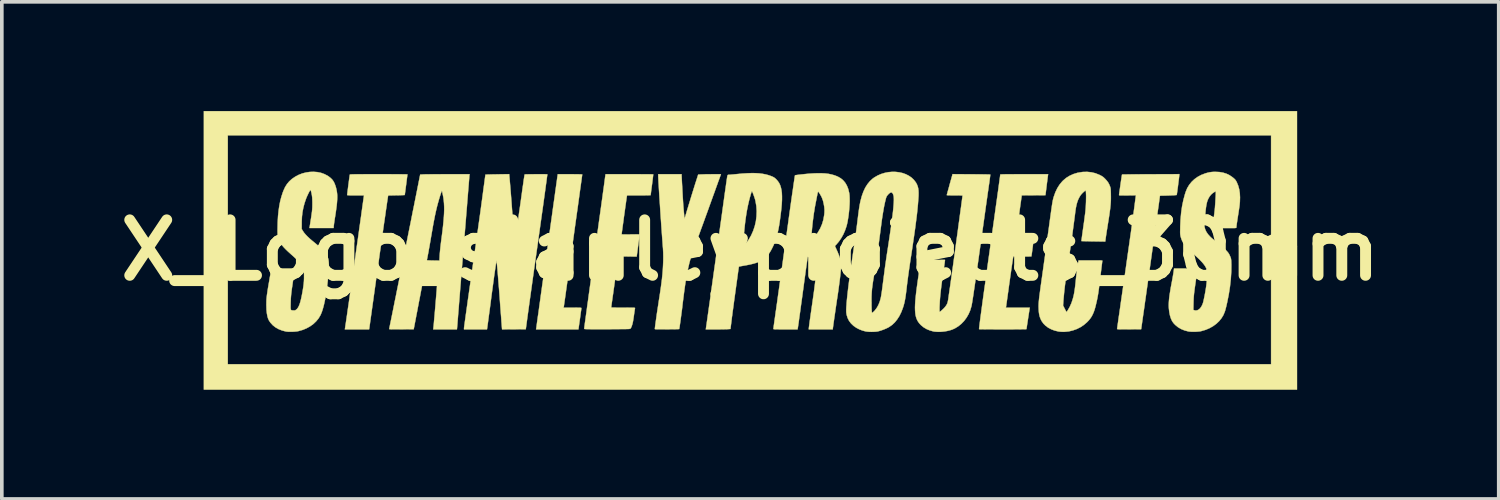
<source format=kicad_pcb>
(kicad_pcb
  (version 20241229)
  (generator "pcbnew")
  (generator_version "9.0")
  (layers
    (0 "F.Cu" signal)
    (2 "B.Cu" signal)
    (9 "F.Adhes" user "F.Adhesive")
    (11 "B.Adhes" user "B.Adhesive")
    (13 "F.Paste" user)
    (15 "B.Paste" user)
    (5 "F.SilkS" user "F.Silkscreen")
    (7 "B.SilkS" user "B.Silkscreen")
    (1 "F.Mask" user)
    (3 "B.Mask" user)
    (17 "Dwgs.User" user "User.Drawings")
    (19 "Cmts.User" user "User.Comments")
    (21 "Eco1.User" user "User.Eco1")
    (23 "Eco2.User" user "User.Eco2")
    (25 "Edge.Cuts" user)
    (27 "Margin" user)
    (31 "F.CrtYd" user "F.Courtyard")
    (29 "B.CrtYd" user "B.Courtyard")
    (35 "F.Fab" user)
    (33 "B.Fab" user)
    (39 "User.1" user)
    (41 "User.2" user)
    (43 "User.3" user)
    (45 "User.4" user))
  (footprint "X_Logo_stanleyprojects_30mm"
    (layer "F.Cu")
    (at 17.57 3.827)
    (property "Reference" "X_Logo_stanleyprojects_30mm" (at 0 0 0) (layer "F.SilkS") (effects (font (size 1.524 1.524) (thickness 0.3))))
    (attr through_hole)
    (fp_poly (pts (xy 15.025 3.83) (xy -15.017 3.83) (xy -15.017 -3.157) (xy -14.36 -3.157) (xy -14.36 3.133) (xy 14.313 3.133) (xy 14.313 -3.157) (xy -14.36 -3.157) (xy -15.017 -3.157) (xy -15.017 -3.822) (xy 15.025 -3.822) (xy 15.025 3.83)) (stroke (width 0.01) (type solid)) (fill yes) (layer "F.SilkS"))
    (fp_poly (pts (xy -4.872 -2.089) (xy -4.8 -2.088) (xy -4.738 -2.088) (xy -4.688 -2.086) (xy -4.651 -2.085) (xy -4.628 -2.084) (xy -4.619 -2.082) (xy -4.619 -2.082) (xy -4.619 -2.079) (xy -4.62 -2.071) (xy -4.622 -2.058) (xy -4.624 -2.039) (xy -4.628 -2.015) (xy -4.632 -1.984) (xy -4.637 -1.946) (xy -4.643 -1.901) (xy -4.651 -1.848) (xy -4.659 -1.787) (xy -4.669 -1.718) (xy -4.68 -1.64) (xy -4.692 -1.553) (xy -4.705 -1.456) (xy -4.72 -1.349) (xy -4.736 -1.231) (xy -4.754 -1.103) (xy -4.774 -0.963) (xy -4.795 -0.812) (xy -4.818 -0.649) (xy -4.842 -0.473) (xy -4.868 -0.284) (xy -4.897 -0.082) (xy -4.927 0.134) (xy -4.959 0.364) (xy -4.993 0.608) (xy -5.029 0.867) (xy -5.029 0.87) (xy -5.043 0.97) (xy -5.057 1.067) (xy -5.069 1.157) (xy -5.081 1.242) (xy -5.092 1.319) (xy -5.102 1.387) (xy -5.11 1.445) (xy -5.117 1.493) (xy -5.122 1.528) (xy -5.125 1.55) (xy -5.126 1.557) (xy -5.131 1.578) (xy -4.886 1.578) (xy -4.815 1.578) (xy -4.759 1.579) (xy -4.715 1.58) (xy -4.682 1.581) (xy -4.66 1.582) (xy -4.647 1.585) (xy -4.642 1.587) (xy -4.642 1.588) (xy -4.643 1.598) (xy -4.646 1.621) (xy -4.65 1.656) (xy -4.657 1.701) (xy -4.664 1.754) (xy -4.672 1.814) (xy -4.681 1.879) (xy -4.682 1.886) (xy -4.723 2.174) (xy -5.887 2.174) (xy -5.884 2.153) (xy -5.882 2.142) (xy -5.878 2.117) (xy -5.873 2.079) (xy -5.866 2.029) (xy -5.858 1.968) (xy -5.848 1.898) (xy -5.837 1.818) (xy -5.824 1.731) (xy -5.811 1.637) (xy -5.798 1.538) (xy -5.783 1.434) (xy -5.779 1.404) (xy -5.766 1.31) (xy -5.752 1.207) (xy -5.736 1.096) (xy -5.72 0.977) (xy -5.702 0.852) (xy -5.684 0.721) (xy -5.665 0.585) (xy -5.646 0.445) (xy -5.626 0.302) (xy -5.605 0.156) (xy -5.585 0.008) (xy -5.564 -0.141) (xy -5.543 -0.289) (xy -5.523 -0.437) (xy -5.502 -0.584) (xy -5.482 -0.728) (xy -5.462 -0.869) (xy -5.443 -1.006) (xy -5.425 -1.138) (xy -5.407 -1.265) (xy -5.39 -1.385) (xy -5.374 -1.498) (xy -5.36 -1.604) (xy -5.346 -1.7) (xy -5.334 -1.787) (xy -5.323 -1.863) (xy -5.314 -1.928) (xy -5.307 -1.981) (xy -5.301 -2.021) (xy -5.297 -2.048) (xy -5.295 -2.06) (xy -5.295 -2.06) (xy -5.291 -2.089) (xy -4.955 -2.089) (xy -4.872 -2.089)) (stroke (width 0.01) (type solid)) (fill yes) (layer "F.SilkS"))
    (fp_poly (pts (xy 11.791 -2.072) (xy 11.79 -2.059) (xy 11.787 -2.033) (xy 11.783 -1.997) (xy 11.778 -1.953) (xy 11.771 -1.902) (xy 11.764 -1.847) (xy 11.757 -1.791) (xy 11.75 -1.735) (xy 11.742 -1.681) (xy 11.736 -1.631) (xy 11.73 -1.588) (xy 11.725 -1.554) (xy 11.721 -1.53) (xy 11.719 -1.519) (xy 11.719 -1.519) (xy 11.71 -1.517) (xy 11.687 -1.515) (xy 11.655 -1.512) (xy 11.614 -1.51) (xy 11.568 -1.508) (xy 11.518 -1.506) (xy 11.467 -1.504) (xy 11.418 -1.502) (xy 11.374 -1.502) (xy 11.352 -1.501) (xy 11.308 -1.501) (xy 11.277 -1.499) (xy 11.26 -1.495) (xy 11.257 -1.493) (xy 11.256 -1.484) (xy 11.253 -1.461) (xy 11.248 -1.425) (xy 11.241 -1.376) (xy 11.233 -1.314) (xy 11.223 -1.242) (xy 11.211 -1.159) (xy 11.198 -1.068) (xy 11.184 -0.967) (xy 11.169 -0.859) (xy 11.153 -0.744) (xy 11.136 -0.624) (xy 11.118 -0.498) (xy 11.1 -0.368) (xy 11.082 -0.234) (xy 11.062 -0.098) (xy 11.043 0.04) (xy 11.024 0.178) (xy 11.004 0.317) (xy 10.985 0.455) (xy 10.966 0.591) (xy 10.947 0.724) (xy 10.929 0.854) (xy 10.911 0.98) (xy 10.894 1.1) (xy 10.878 1.215) (xy 10.863 1.322) (xy 10.848 1.422) (xy 10.836 1.514) (xy 10.824 1.596) (xy 10.814 1.668) (xy 10.813 1.671) (xy 10.742 2.17) (xy 10.412 2.172) (xy 10.33 2.173) (xy 10.263 2.173) (xy 10.209 2.173) (xy 10.167 2.172) (xy 10.134 2.172) (xy 10.111 2.171) (xy 10.095 2.169) (xy 10.086 2.167) (xy 10.082 2.165) (xy 10.081 2.163) (xy 10.082 2.154) (xy 10.085 2.13) (xy 10.09 2.094) (xy 10.097 2.046) (xy 10.106 1.986) (xy 10.115 1.917) (xy 10.126 1.84) (xy 10.139 1.755) (xy 10.152 1.663) (xy 10.166 1.567) (xy 10.178 1.48) (xy 10.215 1.223) (xy 10.25 0.981) (xy 10.283 0.753) (xy 10.314 0.539) (xy 10.342 0.338) (xy 10.369 0.15) (xy 10.394 -0.026) (xy 10.418 -0.191) (xy 10.439 -0.345) (xy 10.46 -0.488) (xy 10.478 -0.622) (xy 10.495 -0.746) (xy 10.511 -0.861) (xy 10.526 -0.968) (xy 10.539 -1.067) (xy 10.552 -1.159) (xy 10.563 -1.244) (xy 10.568 -1.284) (xy 10.575 -1.337) (xy 10.581 -1.385) (xy 10.587 -1.427) (xy 10.591 -1.46) (xy 10.595 -1.482) (xy 10.595 -1.488) (xy 10.599 -1.51) (xy 10.367 -1.507) (xy 10.301 -1.507) (xy 10.248 -1.506) (xy 10.208 -1.506) (xy 10.179 -1.507) (xy 10.158 -1.508) (xy 10.145 -1.51) (xy 10.138 -1.512) (xy 10.136 -1.515) (xy 10.135 -1.517) (xy 10.136 -1.53) (xy 10.139 -1.555) (xy 10.144 -1.591) (xy 10.15 -1.635) (xy 10.157 -1.685) (xy 10.165 -1.74) (xy 10.173 -1.796) (xy 10.181 -1.853) (xy 10.189 -1.908) (xy 10.197 -1.959) (xy 10.204 -2.003) (xy 10.209 -2.04) (xy 10.214 -2.066) (xy 10.216 -2.079) (xy 10.217 -2.08) (xy 10.225 -2.081) (xy 10.248 -2.082) (xy 10.284 -2.082) (xy 10.332 -2.083) (xy 10.392 -2.084) (xy 10.462 -2.085) (xy 10.541 -2.085) (xy 10.629 -2.086) (xy 10.724 -2.087) (xy 10.824 -2.087) (xy 10.93 -2.088) (xy 11.006 -2.088) (xy 11.791 -2.091) (xy 11.791 -2.072)) (stroke (width 0.01) (type solid)) (fill yes) (layer "F.SilkS"))
    (fp_poly (pts (xy -10.104 -2.089) (xy -9.999 -2.089) (xy -9.9 -2.089) (xy -9.807 -2.088) (xy -9.722 -2.088) (xy -9.646 -2.087) (xy -9.579 -2.087) (xy -9.523 -2.086) (xy -9.478 -2.086) (xy -9.446 -2.085) (xy -9.428 -2.084) (xy -9.423 -2.084) (xy -9.424 -2.073) (xy -9.427 -2.05) (xy -9.431 -2.016) (xy -9.437 -1.973) (xy -9.443 -1.923) (xy -9.45 -1.869) (xy -9.457 -1.812) (xy -9.465 -1.755) (xy -9.472 -1.7) (xy -9.479 -1.648) (xy -9.485 -1.602) (xy -9.49 -1.564) (xy -9.494 -1.536) (xy -9.496 -1.521) (xy -9.497 -1.518) (xy -9.505 -1.517) (xy -9.527 -1.516) (xy -9.56 -1.514) (xy -9.603 -1.513) (xy -9.654 -1.511) (xy -9.71 -1.51) (xy -9.727 -1.51) (xy -9.953 -1.505) (xy -9.967 -1.416) (xy -9.976 -1.356) (xy -9.987 -1.282) (xy -9.999 -1.195) (xy -10.014 -1.096) (xy -10.029 -0.987) (xy -10.046 -0.869) (xy -10.065 -0.743) (xy -10.084 -0.61) (xy -10.103 -0.471) (xy -10.124 -0.328) (xy -10.144 -0.182) (xy -10.165 -0.033) (xy -10.187 0.115) (xy -10.207 0.264) (xy -10.228 0.41) (xy -10.248 0.554) (xy -10.259 0.631) (xy -10.284 0.809) (xy -10.307 0.973) (xy -10.328 1.123) (xy -10.347 1.259) (xy -10.364 1.383) (xy -10.38 1.494) (xy -10.394 1.594) (xy -10.406 1.683) (xy -10.417 1.762) (xy -10.427 1.831) (xy -10.435 1.892) (xy -10.443 1.944) (xy -10.449 1.988) (xy -10.454 2.026) (xy -10.459 2.057) (xy -10.462 2.082) (xy -10.465 2.102) (xy -10.467 2.118) (xy -10.469 2.13) (xy -10.47 2.139) (xy -10.471 2.145) (xy -10.472 2.149) (xy -10.476 2.174) (xy -11.143 2.174) (xy -11.138 2.149) (xy -11.135 2.132) (xy -11.131 2.101) (xy -11.124 2.056) (xy -11.115 1.998) (xy -11.105 1.929) (xy -11.093 1.848) (xy -11.08 1.758) (xy -11.066 1.658) (xy -11.05 1.55) (xy -11.033 1.434) (xy -11.016 1.312) (xy -10.998 1.184) (xy -10.978 1.051) (xy -10.959 0.914) (xy -10.939 0.774) (xy -10.919 0.632) (xy -10.898 0.488) (xy -10.877 0.344) (xy -10.857 0.2) (xy -10.837 0.057) (xy -10.817 -0.084) (xy -10.797 -0.222) (xy -10.778 -0.356) (xy -10.76 -0.485) (xy -10.743 -0.609) (xy -10.726 -0.726) (xy -10.711 -0.836) (xy -10.696 -0.938) (xy -10.684 -1.031) (xy -10.673 -1.106) (xy -10.663 -1.181) (xy -10.653 -1.25) (xy -10.644 -1.314) (xy -10.636 -1.371) (xy -10.629 -1.419) (xy -10.624 -1.455) (xy -10.62 -1.48) (xy -10.619 -1.491) (xy -10.619 -1.491) (xy -10.615 -1.509) (xy -10.847 -1.509) (xy -10.913 -1.509) (xy -10.965 -1.509) (xy -11.006 -1.509) (xy -11.035 -1.51) (xy -11.056 -1.512) (xy -11.069 -1.513) (xy -11.076 -1.516) (xy -11.079 -1.519) (xy -11.079 -1.522) (xy -11.078 -1.533) (xy -11.075 -1.557) (xy -11.071 -1.592) (xy -11.066 -1.636) (xy -11.059 -1.686) (xy -11.052 -1.741) (xy -11.045 -1.798) (xy -11.037 -1.855) (xy -11.03 -1.91) (xy -11.023 -1.961) (xy -11.017 -2.005) (xy -11.012 -2.041) (xy -11.008 -2.066) (xy -11.006 -2.079) (xy -11.006 -2.079) (xy -11.002 -2.081) (xy -10.992 -2.082) (xy -10.976 -2.084) (xy -10.951 -2.085) (xy -10.918 -2.086) (xy -10.876 -2.087) (xy -10.824 -2.087) (xy -10.761 -2.088) (xy -10.687 -2.088) (xy -10.6 -2.089) (xy -10.501 -2.089) (xy -10.388 -2.089) (xy -10.26 -2.089) (xy -10.213 -2.089) (xy -10.104 -2.089)) (stroke (width 0.01) (type solid)) (fill yes) (layer "F.SilkS"))
    (fp_poly (pts (xy 8.181 -2.06) (xy 8.179 -2.045) (xy 8.175 -2.018) (xy 8.17 -1.978) (xy 8.164 -1.93) (xy 8.157 -1.875) (xy 8.149 -1.814) (xy 8.144 -1.772) (xy 8.112 -1.513) (xy 7.461 -1.509) (xy 7.443 -1.387) (xy 7.439 -1.354) (xy 7.432 -1.308) (xy 7.424 -1.252) (xy 7.415 -1.186) (xy 7.405 -1.113) (xy 7.395 -1.036) (xy 7.383 -0.956) (xy 7.373 -0.878) (xy 7.362 -0.802) (xy 7.352 -0.729) (xy 7.343 -0.662) (xy 7.335 -0.602) (xy 7.328 -0.55) (xy 7.322 -0.509) (xy 7.318 -0.48) (xy 7.316 -0.464) (xy 7.315 -0.462) (xy 7.311 -0.433) (xy 7.808 -0.433) (xy 7.804 -0.408) (xy 7.802 -0.395) (xy 7.798 -0.368) (xy 7.793 -0.33) (xy 7.786 -0.282) (xy 7.779 -0.226) (xy 7.771 -0.165) (xy 7.764 -0.108) (xy 7.755 -0.045) (xy 7.748 0.013) (xy 7.741 0.065) (xy 7.735 0.108) (xy 7.73 0.141) (xy 7.727 0.162) (xy 7.725 0.169) (xy 7.717 0.17) (xy 7.695 0.17) (xy 7.662 0.171) (xy 7.618 0.171) (xy 7.567 0.171) (xy 7.509 0.171) (xy 7.475 0.171) (xy 7.228 0.169) (xy 7.22 0.218) (xy 7.215 0.243) (xy 7.21 0.282) (xy 7.202 0.333) (xy 7.193 0.396) (xy 7.182 0.469) (xy 7.17 0.55) (xy 7.158 0.638) (xy 7.144 0.732) (xy 7.131 0.83) (xy 7.116 0.931) (xy 7.102 1.034) (xy 7.088 1.138) (xy 7.083 1.168) (xy 7.073 1.243) (xy 7.063 1.313) (xy 7.054 1.377) (xy 7.046 1.434) (xy 7.039 1.482) (xy 7.034 1.52) (xy 7.03 1.545) (xy 7.028 1.557) (xy 7.024 1.578) (xy 7.68 1.578) (xy 7.635 1.87) (xy 7.625 1.936) (xy 7.616 1.996) (xy 7.607 2.051) (xy 7.601 2.096) (xy 7.595 2.132) (xy 7.592 2.157) (xy 7.59 2.168) (xy 7.59 2.168) (xy 7.582 2.169) (xy 7.561 2.17) (xy 7.525 2.171) (xy 7.478 2.171) (xy 7.42 2.172) (xy 7.352 2.173) (xy 7.275 2.173) (xy 7.191 2.174) (xy 7.1 2.174) (xy 7.005 2.174) (xy 6.94 2.174) (xy 6.842 2.174) (xy 6.747 2.174) (xy 6.659 2.173) (xy 6.577 2.173) (xy 6.503 2.173) (xy 6.438 2.172) (xy 6.383 2.171) (xy 6.339 2.17) (xy 6.308 2.17) (xy 6.291 2.169) (xy 6.288 2.168) (xy 6.288 2.159) (xy 6.29 2.134) (xy 6.295 2.095) (xy 6.301 2.04) (xy 6.31 1.971) (xy 6.321 1.888) (xy 6.334 1.79) (xy 6.349 1.678) (xy 6.366 1.551) (xy 6.385 1.411) (xy 6.406 1.257) (xy 6.429 1.09) (xy 6.455 0.909) (xy 6.482 0.714) (xy 6.51 0.507) (xy 6.541 0.286) (xy 6.574 0.053) (xy 6.608 -0.193) (xy 6.619 -0.267) (xy 6.645 -0.449) (xy 6.669 -0.625) (xy 6.693 -0.793) (xy 6.715 -0.953) (xy 6.736 -1.105) (xy 6.756 -1.248) (xy 6.775 -1.382) (xy 6.792 -1.505) (xy 6.808 -1.618) (xy 6.822 -1.72) (xy 6.834 -1.811) (xy 6.845 -1.889) (xy 6.854 -1.955) (xy 6.861 -2.007) (xy 6.866 -2.046) (xy 6.869 -2.07) (xy 6.87 -2.079) (xy 6.873 -2.081) (xy 6.882 -2.083) (xy 6.899 -2.084) (xy 6.923 -2.085) (xy 6.956 -2.086) (xy 6.999 -2.087) (xy 7.052 -2.088) (xy 7.116 -2.088) (xy 7.192 -2.088) (xy 7.282 -2.089) (xy 7.384 -2.089) (xy 7.502 -2.089) (xy 7.528 -2.089) (xy 8.186 -2.089) (xy 8.181 -2.06)) (stroke (width 0.01) (type solid)) (fill yes) (layer "F.SilkS"))
    (fp_poly (pts (xy -1.885 -1.994) (xy -1.879 -1.876) (xy -1.873 -1.772) (xy -1.868 -1.681) (xy -1.864 -1.601) (xy -1.86 -1.531) (xy -1.857 -1.469) (xy -1.853 -1.414) (xy -1.85 -1.365) (xy -1.847 -1.319) (xy -1.845 -1.284) (xy -1.841 -1.228) (xy -1.836 -1.169) (xy -1.831 -1.11) (xy -1.826 -1.053) (xy -1.821 -1.001) (xy -1.817 -0.954) (xy -1.813 -0.916) (xy -1.81 -0.887) (xy -1.808 -0.871) (xy -1.807 -0.869) (xy -1.805 -0.875) (xy -1.798 -0.894) (xy -1.789 -0.924) (xy -1.777 -0.962) (xy -1.764 -1.006) (xy -1.76 -1.019) (xy -1.739 -1.093) (xy -1.713 -1.177) (xy -1.685 -1.269) (xy -1.655 -1.367) (xy -1.625 -1.467) (xy -1.594 -1.567) (xy -1.564 -1.663) (xy -1.536 -1.753) (xy -1.511 -1.833) (xy -1.489 -1.9) (xy -1.432 -2.079) (xy -1.326 -2.084) (xy -1.288 -2.085) (xy -1.238 -2.087) (xy -1.18 -2.088) (xy -1.117 -2.088) (xy -1.054 -2.089) (xy -1.013 -2.089) (xy -0.806 -2.089) (xy -0.828 -2.029) (xy -0.834 -2.012) (xy -0.845 -1.983) (xy -0.86 -1.941) (xy -0.88 -1.888) (xy -0.902 -1.825) (xy -0.928 -1.754) (xy -0.956 -1.676) (xy -0.986 -1.591) (xy -1.019 -1.502) (xy -1.052 -1.41) (xy -1.067 -1.369) (xy -1.121 -1.219) (xy -1.173 -1.074) (xy -1.224 -0.935) (xy -1.271 -0.804) (xy -1.316 -0.681) (xy -1.358 -0.567) (xy -1.396 -0.462) (xy -1.431 -0.367) (xy -1.462 -0.283) (xy -1.489 -0.211) (xy -1.511 -0.15) (xy -1.529 -0.103) (xy -1.542 -0.07) (xy -1.543 -0.066) (xy -1.568 0.001) (xy -1.595 0.078) (xy -1.622 0.163) (xy -1.648 0.252) (xy -1.672 0.34) (xy -1.682 0.382) (xy -1.701 0.462) (xy -1.719 0.543) (xy -1.737 0.628) (xy -1.753 0.718) (xy -1.77 0.814) (xy -1.786 0.917) (xy -1.802 1.03) (xy -1.819 1.153) (xy -1.836 1.288) (xy -1.855 1.437) (xy -1.861 1.485) (xy -1.87 1.566) (xy -1.88 1.647) (xy -1.891 1.727) (xy -1.901 1.805) (xy -1.911 1.879) (xy -1.92 1.948) (xy -1.929 2.01) (xy -1.937 2.064) (xy -1.943 2.108) (xy -1.949 2.14) (xy -1.953 2.16) (xy -1.955 2.166) (xy -1.963 2.167) (xy -1.985 2.168) (xy -2.02 2.169) (xy -2.065 2.17) (xy -2.119 2.171) (xy -2.181 2.171) (xy -2.248 2.172) (xy -2.291 2.172) (xy -2.372 2.173) (xy -2.439 2.173) (xy -2.493 2.173) (xy -2.535 2.173) (xy -2.567 2.172) (xy -2.591 2.171) (xy -2.607 2.17) (xy -2.617 2.168) (xy -2.621 2.166) (xy -2.623 2.163) (xy -2.622 2.146) (xy -2.618 2.115) (xy -2.613 2.072) (xy -2.606 2.019) (xy -2.597 1.956) (xy -2.587 1.886) (xy -2.576 1.809) (xy -2.565 1.728) (xy -2.552 1.644) (xy -2.539 1.558) (xy -2.53 1.501) (xy -2.512 1.381) (xy -2.495 1.275) (xy -2.481 1.182) (xy -2.469 1.099) (xy -2.458 1.024) (xy -2.449 0.958) (xy -2.441 0.897) (xy -2.434 0.84) (xy -2.427 0.787) (xy -2.422 0.734) (xy -2.416 0.681) (xy -2.414 0.661) (xy -2.404 0.539) (xy -2.397 0.415) (xy -2.392 0.292) (xy -2.391 0.173) (xy -2.393 0.062) (xy -2.398 -0.037) (xy -2.398 -0.039) (xy -2.401 -0.074) (xy -2.405 -0.121) (xy -2.409 -0.177) (xy -2.413 -0.238) (xy -2.418 -0.3) (xy -2.421 -0.34) (xy -2.427 -0.42) (xy -2.433 -0.508) (xy -2.44 -0.603) (xy -2.447 -0.703) (xy -2.454 -0.808) (xy -2.462 -0.916) (xy -2.469 -1.025) (xy -2.476 -1.135) (xy -2.483 -1.244) (xy -2.49 -1.351) (xy -2.497 -1.455) (xy -2.503 -1.555) (xy -2.509 -1.649) (xy -2.514 -1.736) (xy -2.519 -1.815) (xy -2.523 -1.885) (xy -2.526 -1.944) (xy -2.528 -1.991) (xy -2.53 -2.026) (xy -2.53 -2.044) (xy -2.53 -2.089) (xy -1.889 -2.089) (xy -1.885 -1.994)) (stroke (width 0.01) (type solid)) (fill yes) (layer "F.SilkS"))
    (fp_poly (pts (xy 0.145 -2.118) (xy 0.245 -2.112) (xy 0.337 -2.1) (xy 0.422 -2.084) (xy 0.501 -2.063) (xy 0.576 -2.036) (xy 0.592 -2.03) (xy 0.629 -2.013) (xy 0.657 -1.997) (xy 0.683 -1.977) (xy 0.712 -1.95) (xy 0.716 -1.946) (xy 0.756 -1.9) (xy 0.791 -1.85) (xy 0.819 -1.793) (xy 0.84 -1.73) (xy 0.856 -1.658) (xy 0.867 -1.578) (xy 0.871 -1.488) (xy 0.871 -1.387) (xy 0.865 -1.273) (xy 0.854 -1.147) (xy 0.847 -1.083) (xy 0.829 -0.937) (xy 0.811 -0.804) (xy 0.793 -0.684) (xy 0.773 -0.576) (xy 0.751 -0.476) (xy 0.728 -0.385) (xy 0.702 -0.301) (xy 0.674 -0.221) (xy 0.643 -0.145) (xy 0.608 -0.072) (xy 0.605 -0.066) (xy 0.563 0.014) (xy 0.52 0.083) (xy 0.476 0.144) (xy 0.427 0.196) (xy 0.374 0.242) (xy 0.315 0.281) (xy 0.247 0.315) (xy 0.171 0.344) (xy 0.083 0.37) (xy -0.017 0.394) (xy -0.13 0.416) (xy -0.157 0.42) (xy -0.204 0.429) (xy -0.245 0.436) (xy -0.278 0.442) (xy -0.301 0.447) (xy -0.312 0.449) (xy -0.313 0.45) (xy -0.314 0.458) (xy -0.318 0.479) (xy -0.323 0.512) (xy -0.329 0.554) (xy -0.336 0.604) (xy -0.343 0.658) (xy -0.344 0.661) (xy -0.365 0.817) (xy -0.385 0.957) (xy -0.402 1.085) (xy -0.418 1.2) (xy -0.432 1.303) (xy -0.445 1.396) (xy -0.456 1.479) (xy -0.466 1.554) (xy -0.475 1.622) (xy -0.484 1.682) (xy -0.491 1.737) (xy -0.497 1.788) (xy -0.504 1.834) (xy -0.509 1.878) (xy -0.514 1.92) (xy -0.515 1.927) (xy -0.545 2.164) (xy -0.619 2.169) (xy -0.644 2.17) (xy -0.683 2.171) (xy -0.733 2.172) (xy -0.79 2.173) (xy -0.853 2.174) (xy -0.918 2.174) (xy -0.958 2.174) (xy -1.224 2.174) (xy -1.219 2.153) (xy -1.217 2.141) (xy -1.214 2.115) (xy -1.208 2.076) (xy -1.2 2.023) (xy -1.191 1.956) (xy -1.179 1.875) (xy -1.166 1.78) (xy -1.15 1.67) (xy -1.133 1.546) (xy -1.113 1.408) (xy -1.092 1.254) (xy -1.069 1.087) (xy -1.043 0.904) (xy -1.016 0.707) (xy -0.986 0.494) (xy -0.954 0.267) (xy -0.921 0.024) (xy -0.917 -0.004) (xy -0.901 -0.117) (xy -0.201 -0.117) (xy -0.196 -0.116) (xy -0.184 -0.124) (xy -0.166 -0.141) (xy -0.144 -0.165) (xy -0.119 -0.193) (xy -0.093 -0.224) (xy -0.069 -0.256) (xy -0.047 -0.287) (xy -0.045 -0.289) (xy 0.023 -0.406) (xy 0.079 -0.531) (xy 0.123 -0.662) (xy 0.154 -0.797) (xy 0.171 -0.935) (xy 0.176 -1.074) (xy 0.167 -1.212) (xy 0.144 -1.346) (xy 0.131 -1.4) (xy 0.121 -1.431) (xy 0.109 -1.467) (xy 0.096 -1.505) (xy 0.082 -1.542) (xy 0.069 -1.575) (xy 0.057 -1.601) (xy 0.049 -1.617) (xy 0.046 -1.621) (xy 0.041 -1.616) (xy 0.033 -1.598) (xy 0.023 -1.568) (xy 0.01 -1.528) (xy -0.003 -1.481) (xy -0.018 -1.427) (xy -0.033 -1.369) (xy -0.047 -1.309) (xy -0.061 -1.248) (xy -0.074 -1.188) (xy -0.077 -1.174) (xy -0.097 -1.069) (xy -0.115 -0.956) (xy -0.133 -0.834) (xy -0.149 -0.701) (xy -0.164 -0.557) (xy -0.179 -0.399) (xy -0.186 -0.319) (xy -0.19 -0.266) (xy -0.194 -0.217) (xy -0.197 -0.176) (xy -0.199 -0.144) (xy -0.201 -0.124) (xy -0.201 -0.117) (xy -0.901 -0.117) (xy -0.888 -0.213) (xy -0.861 -0.407) (xy -0.836 -0.587) (xy -0.813 -0.753) (xy -0.791 -0.906) (xy -0.772 -1.046) (xy -0.754 -1.175) (xy -0.738 -1.292) (xy -0.723 -1.398) (xy -0.71 -1.493) (xy -0.698 -1.579) (xy -0.687 -1.655) (xy -0.677 -1.723) (xy -0.669 -1.782) (xy -0.662 -1.834) (xy -0.655 -1.879) (xy -0.65 -1.917) (xy -0.645 -1.949) (xy -0.641 -1.975) (xy -0.638 -1.997) (xy -0.635 -2.014) (xy -0.633 -2.028) (xy -0.631 -2.038) (xy -0.629 -2.045) (xy -0.628 -2.05) (xy -0.627 -2.054) (xy -0.626 -2.056) (xy -0.618 -2.068) (xy -0.602 -2.073) (xy -0.59 -2.073) (xy -0.574 -2.074) (xy -0.546 -2.076) (xy -0.507 -2.08) (xy -0.46 -2.084) (xy -0.407 -2.089) (xy -0.364 -2.093) (xy -0.218 -2.107) (xy -0.085 -2.115) (xy 0.035 -2.119) (xy 0.145 -2.118)) (stroke (width 0.01) (type solid)) (fill yes) (layer "F.SilkS"))
    (fp_poly (pts (xy 6.075 -2.087) (xy 6.163 -2.087) (xy 6.246 -2.086) (xy 6.324 -2.085) (xy 6.394 -2.085) (xy 6.456 -2.084) (xy 6.508 -2.083) (xy 6.549 -2.082) (xy 6.578 -2.081) (xy 6.593 -2.08) (xy 6.596 -2.08) (xy 6.595 -2.072) (xy 6.593 -2.05) (xy 6.589 -2.016) (xy 6.583 -1.971) (xy 6.576 -1.918) (xy 6.568 -1.857) (xy 6.558 -1.791) (xy 6.553 -1.759) (xy 6.546 -1.708) (xy 6.537 -1.642) (xy 6.525 -1.565) (xy 6.513 -1.476) (xy 6.499 -1.378) (xy 6.484 -1.272) (xy 6.468 -1.16) (xy 6.452 -1.043) (xy 6.435 -0.923) (xy 6.418 -0.801) (xy 6.401 -0.679) (xy 6.387 -0.58) (xy 6.356 -0.359) (xy 6.327 -0.153) (xy 6.3 0.039) (xy 6.275 0.217) (xy 6.252 0.381) (xy 6.23 0.533) (xy 6.211 0.672) (xy 6.193 0.798) (xy 6.176 0.913) (xy 6.161 1.017) (xy 6.147 1.11) (xy 6.135 1.193) (xy 6.124 1.266) (xy 6.114 1.33) (xy 6.105 1.385) (xy 6.098 1.431) (xy 6.091 1.47) (xy 6.086 1.5) (xy 6.081 1.524) (xy 6.078 1.537) (xy 6.045 1.649) (xy 5.999 1.756) (xy 5.942 1.854) (xy 5.875 1.944) (xy 5.799 2.023) (xy 5.715 2.091) (xy 5.623 2.147) (xy 5.547 2.181) (xy 5.481 2.202) (xy 5.406 2.22) (xy 5.325 2.233) (xy 5.245 2.241) (xy 5.185 2.243) (xy 5.142 2.242) (xy 5.099 2.239) (xy 5.061 2.236) (xy 5.037 2.232) (xy 4.936 2.204) (xy 4.846 2.167) (xy 4.765 2.119) (xy 4.693 2.06) (xy 4.677 2.044) (xy 4.644 2.008) (xy 4.616 1.97) (xy 4.592 1.93) (xy 4.571 1.885) (xy 4.555 1.836) (xy 4.542 1.781) (xy 4.534 1.719) (xy 4.529 1.65) (xy 4.527 1.573) (xy 4.53 1.487) (xy 4.536 1.39) (xy 4.546 1.283) (xy 4.559 1.164) (xy 4.576 1.031) (xy 4.596 0.886) (xy 4.61 0.789) (xy 4.625 0.689) (xy 4.638 0.598) (xy 4.649 0.516) (xy 4.658 0.445) (xy 4.665 0.386) (xy 4.67 0.34) (xy 4.673 0.308) (xy 4.673 0.297) (xy 4.673 0.273) (xy 5.011 0.268) (xy 5.082 0.267) (xy 5.147 0.266) (xy 5.207 0.266) (xy 5.258 0.265) (xy 5.3 0.265) (xy 5.33 0.265) (xy 5.348 0.265) (xy 5.351 0.266) (xy 5.351 0.274) (xy 5.348 0.295) (xy 5.344 0.329) (xy 5.338 0.372) (xy 5.33 0.424) (xy 5.322 0.483) (xy 5.312 0.547) (xy 5.312 0.55) (xy 5.29 0.697) (xy 5.271 0.833) (xy 5.254 0.958) (xy 5.24 1.071) (xy 5.229 1.17) (xy 5.223 1.226) (xy 5.217 1.288) (xy 5.212 1.351) (xy 5.208 1.414) (xy 5.205 1.475) (xy 5.202 1.533) (xy 5.2 1.584) (xy 5.2 1.628) (xy 5.2 1.662) (xy 5.202 1.685) (xy 5.204 1.694) (xy 5.205 1.694) (xy 5.215 1.689) (xy 5.233 1.675) (xy 5.256 1.656) (xy 5.281 1.633) (xy 5.307 1.609) (xy 5.329 1.586) (xy 5.346 1.568) (xy 5.376 1.529) (xy 5.399 1.493) (xy 5.416 1.456) (xy 5.428 1.414) (xy 5.438 1.363) (xy 5.443 1.331) (xy 5.446 1.307) (xy 5.452 1.269) (xy 5.458 1.22) (xy 5.467 1.161) (xy 5.476 1.095) (xy 5.487 1.023) (xy 5.498 0.947) (xy 5.508 0.874) (xy 5.519 0.798) (xy 5.531 0.71) (xy 5.545 0.611) (xy 5.56 0.505) (xy 5.576 0.394) (xy 5.591 0.281) (xy 5.607 0.169) (xy 5.622 0.059) (xy 5.636 -0.044) (xy 5.636 -0.046) (xy 5.651 -0.153) (xy 5.666 -0.268) (xy 5.683 -0.389) (xy 5.7 -0.511) (xy 5.716 -0.633) (xy 5.732 -0.752) (xy 5.748 -0.863) (xy 5.761 -0.965) (xy 5.772 -1.042) (xy 5.783 -1.124) (xy 5.794 -1.201) (xy 5.803 -1.272) (xy 5.812 -1.337) (xy 5.819 -1.392) (xy 5.826 -1.438) (xy 5.83 -1.472) (xy 5.833 -1.493) (xy 5.834 -1.5) (xy 5.827 -1.503) (xy 5.808 -1.505) (xy 5.776 -1.507) (xy 5.729 -1.508) (xy 5.668 -1.509) (xy 5.617 -1.509) (xy 5.561 -1.509) (xy 5.51 -1.509) (xy 5.467 -1.51) (xy 5.433 -1.511) (xy 5.41 -1.513) (xy 5.4 -1.514) (xy 5.4 -1.514) (xy 5.402 -1.523) (xy 5.408 -1.545) (xy 5.417 -1.578) (xy 5.428 -1.621) (xy 5.443 -1.673) (xy 5.459 -1.731) (xy 5.476 -1.794) (xy 5.479 -1.806) (xy 5.559 -2.091) (xy 6.075 -2.087)) (stroke (width 0.01) (type solid)) (fill yes) (layer "F.SilkS"))
    (fp_poly (pts (xy -7.718 -2.06) (xy -7.72 -2.046) (xy -7.722 -2.019) (xy -7.725 -1.98) (xy -7.729 -1.93) (xy -7.734 -1.872) (xy -7.739 -1.807) (xy -7.745 -1.737) (xy -7.749 -1.687) (xy -7.753 -1.639) (xy -7.758 -1.577) (xy -7.764 -1.502) (xy -7.771 -1.415) (xy -7.779 -1.317) (xy -7.787 -1.21) (xy -7.797 -1.094) (xy -7.807 -0.971) (xy -7.817 -0.842) (xy -7.828 -0.707) (xy -7.839 -0.569) (xy -7.851 -0.428) (xy -7.863 -0.286) (xy -7.874 -0.143) (xy -7.876 -0.12) (xy -7.888 0.026) (xy -7.9 0.174) (xy -7.912 0.322) (xy -7.924 0.469) (xy -7.936 0.614) (xy -7.947 0.755) (xy -7.958 0.892) (xy -7.969 1.022) (xy -7.979 1.145) (xy -7.988 1.259) (xy -7.996 1.363) (xy -8.004 1.455) (xy -8.01 1.535) (xy -8.015 1.598) (xy -8.022 1.685) (xy -8.029 1.768) (xy -8.035 1.847) (xy -8.041 1.919) (xy -8.046 1.983) (xy -8.05 2.038) (xy -8.054 2.082) (xy -8.057 2.113) (xy -8.058 2.131) (xy -8.058 2.133) (xy -8.063 2.174) (xy -8.713 2.174) (xy -8.709 2.133) (xy -8.706 2.107) (xy -8.702 2.068) (xy -8.697 2.018) (xy -8.692 1.958) (xy -8.686 1.89) (xy -8.679 1.815) (xy -8.672 1.734) (xy -8.665 1.65) (xy -8.657 1.563) (xy -8.65 1.476) (xy -8.643 1.389) (xy -8.636 1.304) (xy -8.629 1.222) (xy -8.623 1.146) (xy -8.617 1.077) (xy -8.613 1.015) (xy -8.609 0.963) (xy -8.606 0.922) (xy -8.604 0.894) (xy -8.603 0.881) (xy -8.611 0.879) (xy -8.632 0.877) (xy -8.664 0.876) (xy -8.705 0.875) (xy -8.754 0.874) (xy -8.803 0.874) (xy -9.002 0.874) (xy -9.063 1.193) (xy -9.079 1.278) (xy -9.098 1.374) (xy -9.117 1.475) (xy -9.137 1.579) (xy -9.156 1.681) (xy -9.175 1.776) (xy -9.187 1.841) (xy -9.25 2.17) (xy -9.589 2.172) (xy -9.67 2.173) (xy -9.737 2.173) (xy -9.792 2.173) (xy -9.834 2.173) (xy -9.867 2.172) (xy -9.891 2.171) (xy -9.907 2.17) (xy -9.917 2.168) (xy -9.922 2.166) (xy -9.924 2.163) (xy -9.923 2.161) (xy -9.921 2.151) (xy -9.917 2.128) (xy -9.909 2.09) (xy -9.899 2.04) (xy -9.886 1.978) (xy -9.871 1.904) (xy -9.854 1.82) (xy -9.835 1.726) (xy -9.814 1.623) (xy -9.792 1.511) (xy -9.768 1.392) (xy -9.742 1.266) (xy -9.716 1.134) (xy -9.688 0.996) (xy -9.659 0.854) (xy -9.63 0.709) (xy -9.6 0.56) (xy -9.57 0.409) (xy -9.542 0.269) (xy -8.888 0.269) (xy -8.885 0.274) (xy -8.876 0.277) (xy -8.856 0.279) (xy -8.824 0.28) (xy -8.819 0.28) (xy -8.781 0.282) (xy -8.734 0.283) (xy -8.685 0.284) (xy -8.645 0.285) (xy -8.544 0.286) (xy -8.538 0.184) (xy -8.536 0.134) (xy -8.532 0.083) (xy -8.527 0.029) (xy -8.521 -0.032) (xy -8.514 -0.099) (xy -8.505 -0.176) (xy -8.494 -0.263) (xy -8.481 -0.364) (xy -8.476 -0.401) (xy -8.457 -0.549) (xy -8.442 -0.684) (xy -8.43 -0.806) (xy -8.421 -0.918) (xy -8.415 -1.02) (xy -8.412 -1.114) (xy -8.413 -1.202) (xy -8.417 -1.285) (xy -8.424 -1.363) (xy -8.434 -1.44) (xy -8.448 -1.516) (xy -8.462 -1.582) (xy -8.474 -1.636) (xy -8.489 -1.602) (xy -8.5 -1.572) (xy -8.515 -1.53) (xy -8.531 -1.478) (xy -8.549 -1.42) (xy -8.567 -1.357) (xy -8.585 -1.293) (xy -8.602 -1.23) (xy -8.608 -1.207) (xy -8.626 -1.133) (xy -8.644 -1.054) (xy -8.663 -0.968) (xy -8.682 -0.874) (xy -8.702 -0.771) (xy -8.723 -0.656) (xy -8.745 -0.529) (xy -8.769 -0.389) (xy -8.77 -0.387) (xy -8.785 -0.295) (xy -8.801 -0.204) (xy -8.816 -0.117) (xy -8.831 -0.036) (xy -8.844 0.04) (xy -8.857 0.107) (xy -8.868 0.165) (xy -8.877 0.212) (xy -8.884 0.246) (xy -8.887 0.261) (xy -8.888 0.269) (xy -9.542 0.269) (xy -9.539 0.256) (xy -9.509 0.103) (xy -9.478 -0.05) (xy -9.447 -0.203) (xy -9.417 -0.354) (xy -9.387 -0.503) (xy -9.358 -0.648) (xy -9.329 -0.79) (xy -9.302 -0.928) (xy -9.276 -1.06) (xy -9.25 -1.186) (xy -9.248 -1.196) (xy -9.072 -2.079) (xy -8.975 -2.084) (xy -8.951 -2.085) (xy -8.914 -2.086) (xy -8.863 -2.086) (xy -8.802 -2.087) (xy -8.731 -2.087) (xy -8.652 -2.088) (xy -8.567 -2.088) (xy -8.476 -2.089) (xy -8.382 -2.089) (xy -8.297 -2.089) (xy -7.715 -2.089) (xy -7.718 -2.06)) (stroke (width 0.01) (type solid)) (fill yes) (layer "F.SilkS"))
    (fp_poly (pts (xy -6.609 -1.895) (xy -6.605 -1.849) (xy -6.6 -1.791) (xy -6.594 -1.721) (xy -6.588 -1.643) (xy -6.581 -1.558) (xy -6.574 -1.469) (xy -6.567 -1.378) (xy -6.56 -1.286) (xy -6.557 -1.238) (xy -6.547 -1.109) (xy -6.538 -0.994) (xy -6.53 -0.889) (xy -6.522 -0.792) (xy -6.515 -0.701) (xy -6.508 -0.612) (xy -6.5 -0.524) (xy -6.492 -0.435) (xy -6.486 -0.367) (xy -6.483 -0.339) (xy -6.479 -0.316) (xy -6.476 -0.303) (xy -6.476 -0.303) (xy -6.473 -0.306) (xy -6.468 -0.324) (xy -6.461 -0.356) (xy -6.452 -0.402) (xy -6.442 -0.46) (xy -6.43 -0.53) (xy -6.416 -0.612) (xy -6.402 -0.705) (xy -6.386 -0.808) (xy -6.369 -0.921) (xy -6.352 -1.042) (xy -6.333 -1.172) (xy -6.313 -1.31) (xy -6.298 -1.42) (xy -6.281 -1.54) (xy -6.267 -1.646) (xy -6.254 -1.737) (xy -6.242 -1.817) (xy -6.233 -1.884) (xy -6.225 -1.939) (xy -6.218 -1.984) (xy -6.212 -2.02) (xy -6.208 -2.047) (xy -6.205 -2.066) (xy -6.202 -2.077) (xy -6.2 -2.082) (xy -6.192 -2.084) (xy -6.171 -2.085) (xy -6.138 -2.086) (xy -6.096 -2.087) (xy -6.046 -2.087) (xy -5.991 -2.088) (xy -5.932 -2.089) (xy -5.872 -2.089) (xy -5.813 -2.089) (xy -5.756 -2.089) (xy -5.704 -2.089) (xy -5.658 -2.089) (xy -5.621 -2.088) (xy -5.594 -2.087) (xy -5.58 -2.086) (xy -5.578 -2.086) (xy -5.579 -2.074) (xy -5.582 -2.049) (xy -5.588 -2.009) (xy -5.595 -1.956) (xy -5.603 -1.891) (xy -5.614 -1.814) (xy -5.626 -1.726) (xy -5.639 -1.629) (xy -5.654 -1.521) (xy -5.67 -1.405) (xy -5.687 -1.282) (xy -5.705 -1.151) (xy -5.725 -1.013) (xy -5.745 -0.87) (xy -5.766 -0.722) (xy -5.787 -0.569) (xy -5.809 -0.413) (xy -5.831 -0.255) (xy -5.854 -0.094) (xy -5.877 0.068) (xy -5.891 0.17) (xy -5.918 0.357) (xy -5.943 0.532) (xy -5.966 0.696) (xy -5.988 0.853) (xy -6.009 1.004) (xy -6.03 1.154) (xy -6.051 1.303) (xy -6.072 1.456) (xy -6.094 1.614) (xy -6.117 1.78) (xy -6.141 1.956) (xy -6.157 2.073) (xy -6.17 2.17) (xy -6.496 2.172) (xy -6.822 2.174) (xy -6.827 2.114) (xy -6.828 2.094) (xy -6.831 2.061) (xy -6.834 2.015) (xy -6.839 1.96) (xy -6.843 1.897) (xy -6.848 1.827) (xy -6.854 1.753) (xy -6.859 1.687) (xy -6.872 1.515) (xy -6.884 1.353) (xy -6.895 1.2) (xy -6.906 1.057) (xy -6.917 0.925) (xy -6.926 0.804) (xy -6.935 0.695) (xy -6.943 0.597) (xy -6.95 0.512) (xy -6.957 0.44) (xy -6.962 0.382) (xy -6.967 0.337) (xy -6.97 0.306) (xy -6.973 0.291) (xy -6.974 0.288) (xy -6.976 0.294) (xy -6.98 0.312) (xy -6.984 0.338) (xy -6.986 0.346) (xy -7.003 0.463) (xy -7.02 0.577) (xy -7.037 0.693) (xy -7.053 0.812) (xy -7.07 0.937) (xy -7.088 1.071) (xy -7.108 1.217) (xy -7.114 1.265) (xy -7.126 1.356) (xy -7.138 1.449) (xy -7.15 1.542) (xy -7.162 1.633) (xy -7.174 1.72) (xy -7.185 1.799) (xy -7.194 1.869) (xy -7.202 1.926) (xy -7.204 1.944) (xy -7.236 2.174) (xy -7.868 2.174) (xy -7.868 2.155) (xy -7.868 2.148) (xy -7.867 2.136) (xy -7.865 2.118) (xy -7.862 2.094) (xy -7.858 2.062) (xy -7.852 2.023) (xy -7.846 1.976) (xy -7.838 1.921) (xy -7.829 1.856) (xy -7.819 1.782) (xy -7.807 1.698) (xy -7.794 1.604) (xy -7.779 1.498) (xy -7.763 1.38) (xy -7.744 1.251) (xy -7.724 1.109) (xy -7.702 0.953) (xy -7.678 0.784) (xy -7.652 0.601) (xy -7.624 0.403) (xy -7.617 0.356) (xy -7.591 0.174) (xy -7.567 0.007) (xy -7.545 -0.146) (xy -7.525 -0.288) (xy -7.507 -0.418) (xy -7.49 -0.538) (xy -7.474 -0.649) (xy -7.46 -0.751) (xy -7.446 -0.847) (xy -7.434 -0.936) (xy -7.422 -1.019) (xy -7.411 -1.099) (xy -7.401 -1.175) (xy -7.391 -1.249) (xy -7.381 -1.322) (xy -7.371 -1.395) (xy -7.361 -1.469) (xy -7.351 -1.544) (xy -7.341 -1.623) (xy -7.33 -1.705) (xy -7.327 -1.725) (xy -7.317 -1.797) (xy -7.308 -1.864) (xy -7.3 -1.924) (xy -7.293 -1.977) (xy -7.287 -2.02) (xy -7.282 -2.052) (xy -7.279 -2.072) (xy -7.278 -2.078) (xy -7.27 -2.079) (xy -7.249 -2.079) (xy -7.215 -2.08) (xy -7.17 -2.081) (xy -7.116 -2.083) (xy -7.055 -2.084) (xy -6.988 -2.085) (xy -6.951 -2.086) (xy -6.626 -2.091) (xy -6.609 -1.895)) (stroke (width 0.01) (type solid)) (fill yes) (layer "F.SilkS"))
    (fp_poly (pts (xy 3.996 -2.153) (xy 4.094 -2.141) (xy 4.188 -2.12) (xy 4.276 -2.088) (xy 4.358 -2.046) (xy 4.432 -1.995) (xy 4.496 -1.934) (xy 4.549 -1.865) (xy 4.556 -1.854) (xy 4.581 -1.807) (xy 4.6 -1.758) (xy 4.614 -1.704) (xy 4.622 -1.645) (xy 4.625 -1.576) (xy 4.624 -1.497) (xy 4.619 -1.423) (xy 4.613 -1.341) (xy 4.607 -1.26) (xy 4.599 -1.179) (xy 4.591 -1.096) (xy 4.582 -1.01) (xy 4.571 -0.919) (xy 4.559 -0.824) (xy 4.546 -0.722) (xy 4.532 -0.613) (xy 4.515 -0.494) (xy 4.497 -0.366) (xy 4.476 -0.226) (xy 4.454 -0.074) (xy 4.429 0.091) (xy 4.418 0.162) (xy 4.394 0.319) (xy 4.373 0.462) (xy 4.354 0.594) (xy 4.337 0.716) (xy 4.322 0.831) (xy 4.308 0.939) (xy 4.296 1.044) (xy 4.29 1.095) (xy 4.277 1.199) (xy 4.264 1.29) (xy 4.25 1.371) (xy 4.234 1.446) (xy 4.216 1.515) (xy 4.197 1.576) (xy 4.151 1.697) (xy 4.098 1.806) (xy 4.036 1.902) (xy 3.968 1.986) (xy 3.892 2.056) (xy 3.809 2.113) (xy 3.774 2.132) (xy 3.72 2.157) (xy 3.661 2.181) (xy 3.6 2.203) (xy 3.544 2.22) (xy 3.498 2.232) (xy 3.452 2.238) (xy 3.397 2.241) (xy 3.337 2.243) (xy 3.277 2.242) (xy 3.222 2.238) (xy 3.178 2.232) (xy 3.177 2.232) (xy 3.086 2.208) (xy 2.997 2.174) (xy 2.916 2.132) (xy 2.845 2.083) (xy 2.837 2.077) (xy 2.769 2.012) (xy 2.715 1.941) (xy 2.675 1.862) (xy 2.649 1.777) (xy 2.639 1.718) (xy 2.637 1.68) (xy 2.637 1.627) (xy 2.64 1.561) (xy 2.646 1.482) (xy 2.653 1.391) (xy 2.653 1.389) (xy 3.331 1.389) (xy 3.331 1.449) (xy 3.332 1.507) (xy 3.333 1.56) (xy 3.334 1.607) (xy 3.336 1.643) (xy 3.337 1.665) (xy 3.344 1.725) (xy 3.366 1.709) (xy 3.383 1.695) (xy 3.405 1.674) (xy 3.426 1.651) (xy 3.478 1.582) (xy 3.521 1.504) (xy 3.557 1.416) (xy 3.585 1.316) (xy 3.587 1.307) (xy 3.593 1.277) (xy 3.6 1.235) (xy 3.608 1.183) (xy 3.617 1.125) (xy 3.625 1.065) (xy 3.632 1.013) (xy 3.646 0.902) (xy 3.659 0.805) (xy 3.67 0.719) (xy 3.68 0.643) (xy 3.689 0.574) (xy 3.697 0.511) (xy 3.705 0.452) (xy 3.713 0.394) (xy 3.722 0.336) (xy 3.73 0.276) (xy 3.74 0.212) (xy 3.75 0.141) (xy 3.762 0.063) (xy 3.776 -0.025) (xy 3.791 -0.125) (xy 3.802 -0.197) (xy 3.829 -0.377) (xy 3.853 -0.542) (xy 3.875 -0.693) (xy 3.893 -0.83) (xy 3.909 -0.954) (xy 3.922 -1.064) (xy 3.932 -1.161) (xy 3.939 -1.246) (xy 3.944 -1.319) (xy 3.946 -1.381) (xy 3.945 -1.432) (xy 3.942 -1.471) (xy 3.938 -1.497) (xy 3.923 -1.542) (xy 3.906 -1.572) (xy 3.886 -1.587) (xy 3.861 -1.587) (xy 3.833 -1.573) (xy 3.799 -1.543) (xy 3.79 -1.533) (xy 3.771 -1.512) (xy 3.756 -1.493) (xy 3.745 -1.473) (xy 3.735 -1.449) (xy 3.726 -1.419) (xy 3.716 -1.379) (xy 3.707 -1.342) (xy 3.692 -1.275) (xy 3.678 -1.208) (xy 3.665 -1.138) (xy 3.652 -1.064) (xy 3.639 -0.983) (xy 3.625 -0.895) (xy 3.611 -0.798) (xy 3.597 -0.689) (xy 3.581 -0.568) (xy 3.571 -0.491) (xy 3.555 -0.37) (xy 3.538 -0.24) (xy 3.519 -0.105) (xy 3.5 0.033) (xy 3.48 0.17) (xy 3.461 0.303) (xy 3.442 0.431) (xy 3.423 0.549) (xy 3.406 0.654) (xy 3.405 0.665) (xy 3.388 0.765) (xy 3.374 0.851) (xy 3.363 0.927) (xy 3.354 0.995) (xy 3.346 1.055) (xy 3.341 1.112) (xy 3.337 1.166) (xy 3.334 1.219) (xy 3.332 1.275) (xy 3.331 1.335) (xy 3.331 1.389) (xy 2.653 1.389) (xy 2.663 1.29) (xy 2.675 1.178) (xy 2.689 1.057) (xy 2.705 0.928) (xy 2.722 0.792) (xy 2.742 0.648) (xy 2.763 0.5) (xy 2.771 0.446) (xy 2.794 0.286) (xy 2.815 0.141) (xy 2.834 0.01) (xy 2.851 -0.11) (xy 2.867 -0.218) (xy 2.881 -0.317) (xy 2.893 -0.406) (xy 2.905 -0.487) (xy 2.915 -0.562) (xy 2.924 -0.63) (xy 2.932 -0.693) (xy 2.94 -0.753) (xy 2.946 -0.809) (xy 2.948 -0.819) (xy 2.96 -0.918) (xy 2.971 -1.004) (xy 2.981 -1.079) (xy 2.99 -1.143) (xy 2.999 -1.2) (xy 3.008 -1.251) (xy 3.017 -1.298) (xy 3.026 -1.343) (xy 3.029 -1.354) (xy 3.065 -1.489) (xy 3.109 -1.611) (xy 3.16 -1.72) (xy 3.22 -1.815) (xy 3.288 -1.898) (xy 3.363 -1.967) (xy 3.407 -1.999) (xy 3.498 -2.052) (xy 3.594 -2.094) (xy 3.694 -2.125) (xy 3.794 -2.145) (xy 3.896 -2.154) (xy 3.996 -2.153)) (stroke (width 0.01) (type solid)) (fill yes) (layer "F.SilkS"))
    (fp_poly (pts (xy -3.225 -2.089) (xy -3.13 -2.089) (xy -3.042 -2.089) (xy -2.959 -2.088) (xy -2.885 -2.088) (xy -2.82 -2.088) (xy -2.765 -2.087) (xy -2.721 -2.087) (xy -2.69 -2.086) (xy -2.672 -2.086) (xy -2.668 -2.085) (xy -2.668 -2.077) (xy -2.67 -2.055) (xy -2.674 -2.022) (xy -2.679 -1.978) (xy -2.686 -1.926) (xy -2.693 -1.867) (xy -2.701 -1.803) (xy -2.702 -1.801) (xy -2.71 -1.737) (xy -2.718 -1.678) (xy -2.725 -1.625) (xy -2.73 -1.58) (xy -2.735 -1.546) (xy -2.738 -1.523) (xy -2.739 -1.515) (xy -2.739 -1.514) (xy -2.746 -1.513) (xy -2.768 -1.512) (xy -2.801 -1.511) (xy -2.846 -1.51) (xy -2.899 -1.509) (xy -2.96 -1.509) (xy -3.027 -1.509) (xy -3.063 -1.509) (xy -3.388 -1.509) (xy -3.392 -1.484) (xy -3.395 -1.466) (xy -3.4 -1.435) (xy -3.406 -1.393) (xy -3.413 -1.342) (xy -3.421 -1.282) (xy -3.431 -1.215) (xy -3.441 -1.143) (xy -3.451 -1.068) (xy -3.462 -0.99) (xy -3.473 -0.912) (xy -3.483 -0.835) (xy -3.493 -0.761) (xy -3.503 -0.69) (xy -3.512 -0.626) (xy -3.519 -0.569) (xy -3.526 -0.52) (xy -3.531 -0.482) (xy -3.534 -0.456) (xy -3.536 -0.443) (xy -3.536 -0.442) (xy -3.534 -0.439) (xy -3.528 -0.437) (xy -3.515 -0.435) (xy -3.495 -0.434) (xy -3.466 -0.433) (xy -3.426 -0.433) (xy -3.375 -0.434) (xy -3.309 -0.434) (xy -3.288 -0.435) (xy -3.228 -0.435) (xy -3.173 -0.436) (xy -3.126 -0.436) (xy -3.087 -0.436) (xy -3.059 -0.435) (xy -3.043 -0.434) (xy -3.041 -0.434) (xy -3.042 -0.425) (xy -3.045 -0.403) (xy -3.05 -0.369) (xy -3.055 -0.325) (xy -3.062 -0.272) (xy -3.071 -0.212) (xy -3.079 -0.146) (xy -3.082 -0.128) (xy -3.122 0.174) (xy -3.312 0.172) (xy -3.368 0.171) (xy -3.423 0.17) (xy -3.473 0.169) (xy -3.516 0.167) (xy -3.548 0.166) (xy -3.56 0.165) (xy -3.59 0.163) (xy -3.607 0.163) (xy -3.617 0.166) (xy -3.621 0.173) (xy -3.624 0.181) (xy -3.626 0.192) (xy -3.629 0.216) (xy -3.635 0.253) (xy -3.642 0.301) (xy -3.651 0.359) (xy -3.66 0.426) (xy -3.671 0.499) (xy -3.682 0.579) (xy -3.694 0.663) (xy -3.707 0.75) (xy -3.72 0.84) (xy -3.733 0.929) (xy -3.745 1.018) (xy -3.758 1.105) (xy -3.769 1.188) (xy -3.781 1.267) (xy -3.791 1.339) (xy -3.8 1.404) (xy -3.808 1.46) (xy -3.814 1.505) (xy -3.819 1.539) (xy -3.821 1.561) (xy -3.822 1.568) (xy -3.82 1.57) (xy -3.813 1.572) (xy -3.8 1.574) (xy -3.779 1.576) (xy -3.749 1.577) (xy -3.71 1.577) (xy -3.659 1.578) (xy -3.596 1.578) (xy -3.519 1.578) (xy -3.492 1.578) (xy -3.412 1.578) (xy -3.346 1.579) (xy -3.292 1.579) (xy -3.25 1.579) (xy -3.219 1.58) (xy -3.196 1.581) (xy -3.181 1.583) (xy -3.172 1.585) (xy -3.168 1.587) (xy -3.167 1.59) (xy -3.167 1.591) (xy -3.17 1.602) (xy -3.174 1.626) (xy -3.179 1.66) (xy -3.185 1.701) (xy -3.192 1.747) (xy -3.203 1.826) (xy -3.213 1.892) (xy -3.222 1.947) (xy -3.231 1.992) (xy -3.241 2.031) (xy -3.251 2.064) (xy -3.262 2.095) (xy -3.27 2.113) (xy -3.281 2.137) (xy -3.291 2.151) (xy -3.304 2.158) (xy -3.323 2.162) (xy -3.326 2.163) (xy -3.339 2.164) (xy -3.367 2.165) (xy -3.407 2.166) (xy -3.459 2.167) (xy -3.522 2.167) (xy -3.593 2.168) (xy -3.673 2.169) (xy -3.759 2.169) (xy -3.851 2.17) (xy -3.946 2.17) (xy -3.963 2.17) (xy -4.074 2.17) (xy -4.171 2.17) (xy -4.254 2.17) (xy -4.325 2.17) (xy -4.384 2.17) (xy -4.433 2.169) (xy -4.472 2.169) (xy -4.502 2.168) (xy -4.526 2.167) (xy -4.543 2.166) (xy -4.554 2.164) (xy -4.561 2.163) (xy -4.564 2.161) (xy -4.565 2.158) (xy -4.564 2.147) (xy -4.561 2.123) (xy -4.557 2.089) (xy -4.551 2.048) (xy -4.546 2.007) (xy -4.541 1.972) (xy -4.534 1.924) (xy -4.526 1.865) (xy -4.517 1.797) (xy -4.506 1.721) (xy -4.495 1.64) (xy -4.484 1.556) (xy -4.472 1.471) (xy -4.468 1.443) (xy -4.459 1.381) (xy -4.449 1.304) (xy -4.437 1.216) (xy -4.423 1.116) (xy -4.408 1.007) (xy -4.391 0.89) (xy -4.374 0.766) (xy -4.356 0.637) (xy -4.338 0.505) (xy -4.319 0.37) (xy -4.3 0.234) (xy -4.281 0.1) (xy -4.267 -0.004) (xy -4.236 -0.224) (xy -4.208 -0.429) (xy -4.181 -0.619) (xy -4.157 -0.795) (xy -4.134 -0.958) (xy -4.113 -1.108) (xy -4.094 -1.244) (xy -4.077 -1.369) (xy -4.061 -1.481) (xy -4.048 -1.582) (xy -4.035 -1.672) (xy -4.024 -1.751) (xy -4.015 -1.82) (xy -4.007 -1.879) (xy -4.004 -1.903) (xy -3.997 -1.951) (xy -3.992 -1.994) (xy -3.986 -2.03) (xy -3.983 -2.057) (xy -3.98 -2.071) (xy -3.98 -2.072) (xy -3.976 -2.089) (xy -3.324 -2.089) (xy -3.225 -2.089)) (stroke (width 0.01) (type solid)) (fill yes) (layer "F.SilkS"))
    (fp_poly (pts (xy 1.966 -2.115) (xy 2.062 -2.11) (xy 2.151 -2.099) (xy 2.232 -2.082) (xy 2.308 -2.061) (xy 2.379 -2.034) (xy 2.41 -2.02) (xy 2.487 -1.976) (xy 2.553 -1.92) (xy 2.61 -1.853) (xy 2.655 -1.775) (xy 2.691 -1.685) (xy 2.716 -1.583) (xy 2.72 -1.562) (xy 2.727 -1.502) (xy 2.73 -1.429) (xy 2.731 -1.346) (xy 2.728 -1.256) (xy 2.722 -1.162) (xy 2.713 -1.065) (xy 2.702 -0.968) (xy 2.688 -0.874) (xy 2.673 -0.786) (xy 2.656 -0.706) (xy 2.641 -0.652) (xy 2.604 -0.544) (xy 2.557 -0.437) (xy 2.501 -0.336) (xy 2.438 -0.244) (xy 2.37 -0.163) (xy 2.361 -0.153) (xy 2.326 -0.117) (xy 2.355 -0.052) (xy 2.397 0.041) (xy 2.431 0.124) (xy 2.457 0.197) (xy 2.476 0.263) (xy 2.489 0.323) (xy 2.496 0.378) (xy 2.496 0.379) (xy 2.497 0.412) (xy 2.495 0.46) (xy 2.491 0.52) (xy 2.484 0.593) (xy 2.475 0.677) (xy 2.464 0.771) (xy 2.451 0.875) (xy 2.436 0.987) (xy 2.42 1.105) (xy 2.402 1.23) (xy 2.39 1.308) (xy 2.381 1.365) (xy 2.372 1.429) (xy 2.361 1.5) (xy 2.35 1.575) (xy 2.339 1.652) (xy 2.328 1.729) (xy 2.317 1.805) (xy 2.306 1.878) (xy 2.297 1.945) (xy 2.288 2.005) (xy 2.281 2.056) (xy 2.276 2.096) (xy 2.272 2.123) (xy 2.271 2.13) (xy 2.266 2.174) (xy 1.607 2.174) (xy 1.612 2.116) (xy 1.615 2.097) (xy 1.619 2.064) (xy 1.625 2.019) (xy 1.632 1.964) (xy 1.641 1.902) (xy 1.651 1.833) (xy 1.661 1.759) (xy 1.672 1.685) (xy 1.691 1.552) (xy 1.708 1.434) (xy 1.723 1.328) (xy 1.736 1.234) (xy 1.748 1.15) (xy 1.758 1.075) (xy 1.766 1.008) (xy 1.774 0.947) (xy 1.781 0.891) (xy 1.786 0.839) (xy 1.791 0.789) (xy 1.794 0.758) (xy 1.8 0.704) (xy 1.805 0.65) (xy 1.81 0.599) (xy 1.814 0.557) (xy 1.817 0.525) (xy 1.817 0.522) (xy 1.82 0.455) (xy 1.813 0.397) (xy 1.794 0.347) (xy 1.764 0.303) (xy 1.72 0.26) (xy 1.699 0.244) (xy 1.674 0.227) (xy 1.647 0.21) (xy 1.62 0.195) (xy 1.598 0.185) (xy 1.584 0.18) (xy 1.581 0.18) (xy 1.58 0.182) (xy 1.579 0.186) (xy 1.577 0.194) (xy 1.575 0.205) (xy 1.572 0.221) (xy 1.569 0.242) (xy 1.565 0.27) (xy 1.56 0.305) (xy 1.554 0.348) (xy 1.547 0.399) (xy 1.538 0.46) (xy 1.528 0.531) (xy 1.517 0.613) (xy 1.504 0.707) (xy 1.489 0.814) (xy 1.473 0.934) (xy 1.455 1.069) (xy 1.447 1.124) (xy 1.427 1.272) (xy 1.409 1.405) (xy 1.392 1.524) (xy 1.378 1.631) (xy 1.365 1.724) (xy 1.353 1.807) (xy 1.343 1.878) (xy 1.335 1.94) (xy 1.328 1.992) (xy 1.321 2.035) (xy 1.316 2.071) (xy 1.312 2.099) (xy 1.309 2.121) (xy 1.306 2.137) (xy 1.304 2.149) (xy 1.303 2.153) (xy 1.299 2.174) (xy 0.966 2.174) (xy 0.885 2.174) (xy 0.817 2.174) (xy 0.763 2.173) (xy 0.72 2.173) (xy 0.687 2.172) (xy 0.664 2.171) (xy 0.648 2.169) (xy 0.639 2.167) (xy 0.635 2.164) (xy 0.634 2.163) (xy 0.635 2.154) (xy 0.639 2.13) (xy 0.643 2.094) (xy 0.65 2.047) (xy 0.658 1.989) (xy 0.667 1.922) (xy 0.678 1.848) (xy 0.689 1.768) (xy 0.701 1.682) (xy 0.708 1.639) (xy 0.72 1.55) (xy 0.735 1.449) (xy 0.75 1.337) (xy 0.767 1.216) (xy 0.785 1.089) (xy 0.803 0.959) (xy 0.822 0.827) (xy 0.84 0.695) (xy 0.858 0.567) (xy 0.875 0.445) (xy 0.882 0.395) (xy 0.918 0.134) (xy 0.952 -0.111) (xy 0.984 -0.34) (xy 1.679 -0.34) (xy 1.679 -0.293) (xy 1.713 -0.322) (xy 1.737 -0.344) (xy 1.764 -0.371) (xy 1.785 -0.394) (xy 1.86 -0.492) (xy 1.922 -0.6) (xy 1.972 -0.716) (xy 2.009 -0.839) (xy 2.032 -0.971) (xy 2.038 -1.031) (xy 2.04 -1.108) (xy 2.033 -1.192) (xy 2.018 -1.278) (xy 1.998 -1.362) (xy 1.971 -1.437) (xy 1.962 -1.458) (xy 1.947 -1.488) (xy 1.929 -1.52) (xy 1.91 -1.551) (xy 1.893 -1.578) (xy 1.878 -1.598) (xy 1.867 -1.609) (xy 1.865 -1.609) (xy 1.86 -1.602) (xy 1.854 -1.585) (xy 1.85 -1.569) (xy 1.827 -1.455) (xy 1.807 -1.353) (xy 1.789 -1.261) (xy 1.773 -1.176) (xy 1.76 -1.094) (xy 1.747 -1.015) (xy 1.736 -0.934) (xy 1.725 -0.849) (xy 1.722 -0.828) (xy 1.714 -0.761) (xy 1.706 -0.69) (xy 1.699 -0.619) (xy 1.693 -0.55) (xy 1.687 -0.485) (xy 1.683 -0.427) (xy 1.68 -0.379) (xy 1.679 -0.343) (xy 1.679 -0.34) (xy 0.984 -0.34) (xy 0.984 -0.341) (xy 1.014 -0.556) (xy 1.042 -0.756) (xy 1.067 -0.941) (xy 1.091 -1.112) (xy 1.113 -1.268) (xy 1.133 -1.41) (xy 1.151 -1.538) (xy 1.168 -1.651) (xy 1.182 -1.75) (xy 1.194 -1.835) (xy 1.205 -1.907) (xy 1.213 -1.964) (xy 1.22 -2.008) (xy 1.225 -2.039) (xy 1.228 -2.056) (xy 1.229 -2.06) (xy 1.238 -2.062) (xy 1.26 -2.065) (xy 1.294 -2.07) (xy 1.337 -2.075) (xy 1.388 -2.081) (xy 1.445 -2.087) (xy 1.47 -2.09) (xy 1.613 -2.104) (xy 1.742 -2.112) (xy 1.859 -2.116) (xy 1.966 -2.115)) (stroke (width 0.01) (type solid)) (fill yes) (layer "F.SilkS"))
    (fp_poly (pts (xy -11.895 -2.147) (xy -11.796 -2.126) (xy -11.703 -2.092) (xy -11.616 -2.047) (xy -11.597 -2.035) (xy -11.54 -1.991) (xy -11.493 -1.946) (xy -11.455 -1.894) (xy -11.425 -1.835) (xy -11.399 -1.765) (xy -11.385 -1.718) (xy -11.373 -1.665) (xy -11.363 -1.614) (xy -11.356 -1.561) (xy -11.352 -1.506) (xy -11.352 -1.447) (xy -11.354 -1.382) (xy -11.359 -1.31) (xy -11.367 -1.229) (xy -11.379 -1.138) (xy -11.393 -1.035) (xy -11.411 -0.919) (xy -11.415 -0.897) (xy -11.423 -0.844) (xy -11.431 -0.792) (xy -11.438 -0.744) (xy -11.443 -0.704) (xy -11.446 -0.675) (xy -11.447 -0.671) (xy -11.452 -0.611) (xy -12.116 -0.611) (xy -12.112 -0.629) (xy -12.109 -0.646) (xy -12.104 -0.677) (xy -12.097 -0.717) (xy -12.09 -0.765) (xy -12.082 -0.817) (xy -12.073 -0.871) (xy -12.065 -0.924) (xy -12.058 -0.974) (xy -12.052 -1.018) (xy -12.047 -1.052) (xy -12.045 -1.068) (xy -12.04 -1.123) (xy -12.036 -1.186) (xy -12.035 -1.254) (xy -12.035 -1.323) (xy -12.037 -1.389) (xy -12.04 -1.448) (xy -12.046 -1.498) (xy -12.049 -1.517) (xy -12.06 -1.575) (xy -12.071 -1.618) (xy -12.08 -1.645) (xy -12.088 -1.657) (xy -12.089 -1.657) (xy -12.096 -1.651) (xy -12.107 -1.632) (xy -12.122 -1.605) (xy -12.14 -1.571) (xy -12.158 -1.533) (xy -12.177 -1.493) (xy -12.194 -1.454) (xy -12.208 -1.419) (xy -12.212 -1.408) (xy -12.254 -1.284) (xy -12.285 -1.163) (xy -12.308 -1.043) (xy -12.322 -0.918) (xy -12.328 -0.784) (xy -12.328 -0.743) (xy -12.329 -0.584) (xy -12.295 -0.528) (xy -12.265 -0.483) (xy -12.224 -0.434) (xy -12.173 -0.38) (xy -12.11 -0.321) (xy -12.034 -0.256) (xy -11.975 -0.208) (xy -11.899 -0.145) (xy -11.834 -0.09) (xy -11.781 -0.041) (xy -11.736 0.004) (xy -11.7 0.045) (xy -11.67 0.085) (xy -11.646 0.124) (xy -11.626 0.163) (xy -11.624 0.166) (xy -11.611 0.199) (xy -11.6 0.233) (xy -11.592 0.269) (xy -11.587 0.308) (xy -11.583 0.353) (xy -11.583 0.406) (xy -11.584 0.468) (xy -11.588 0.54) (xy -11.594 0.626) (xy -11.598 0.678) (xy -11.612 0.836) (xy -11.629 0.987) (xy -11.648 1.13) (xy -11.669 1.264) (xy -11.693 1.388) (xy -11.718 1.501) (xy -11.745 1.602) (xy -11.773 1.69) (xy -11.803 1.764) (xy -11.814 1.787) (xy -11.866 1.874) (xy -11.932 1.954) (xy -12.009 2.027) (xy -12.096 2.09) (xy -12.193 2.144) (xy -12.298 2.188) (xy -12.41 2.22) (xy -12.429 2.225) (xy -12.473 2.232) (xy -12.526 2.237) (xy -12.585 2.24) (xy -12.643 2.241) (xy -12.697 2.24) (xy -12.743 2.236) (xy -12.762 2.233) (xy -12.867 2.206) (xy -12.963 2.168) (xy -13.048 2.12) (xy -13.123 2.061) (xy -13.186 1.992) (xy -13.225 1.936) (xy -13.251 1.882) (xy -13.271 1.814) (xy -13.286 1.732) (xy -13.296 1.636) (xy -13.299 1.526) (xy -13.3 1.505) (xy -13.299 1.463) (xy -13.299 1.425) (xy -13.298 1.388) (xy -13.296 1.351) (xy -13.293 1.312) (xy -13.288 1.271) (xy -13.283 1.225) (xy -13.275 1.174) (xy -13.267 1.115) (xy -13.256 1.047) (xy -13.243 0.969) (xy -13.227 0.879) (xy -13.21 0.776) (xy -13.204 0.743) (xy -13.195 0.693) (xy -13.187 0.645) (xy -13.18 0.603) (xy -13.175 0.569) (xy -13.172 0.547) (xy -13.167 0.503) (xy -12.517 0.503) (xy -12.522 0.528) (xy -12.525 0.548) (xy -12.529 0.578) (xy -12.533 0.61) (xy -12.533 0.611) (xy -12.537 0.635) (xy -12.542 0.671) (xy -12.549 0.717) (xy -12.556 0.77) (xy -12.565 0.826) (xy -12.572 0.874) (xy -12.585 0.965) (xy -12.597 1.043) (xy -12.606 1.11) (xy -12.613 1.168) (xy -12.619 1.221) (xy -12.623 1.27) (xy -12.627 1.318) (xy -12.629 1.368) (xy -12.631 1.42) (xy -12.632 1.455) (xy -12.633 1.514) (xy -12.634 1.561) (xy -12.633 1.595) (xy -12.63 1.619) (xy -12.625 1.635) (xy -12.616 1.645) (xy -12.603 1.65) (xy -12.585 1.653) (xy -12.562 1.654) (xy -12.562 1.654) (xy -12.532 1.655) (xy -12.512 1.652) (xy -12.494 1.643) (xy -12.487 1.639) (xy -12.458 1.614) (xy -12.432 1.581) (xy -12.408 1.537) (xy -12.386 1.483) (xy -12.365 1.416) (xy -12.345 1.336) (xy -12.328 1.258) (xy -12.309 1.158) (xy -12.294 1.07) (xy -12.282 0.991) (xy -12.273 0.918) (xy -12.267 0.849) (xy -12.264 0.781) (xy -12.264 0.71) (xy -12.264 0.673) (xy -12.267 0.514) (xy -12.293 0.468) (xy -12.315 0.431) (xy -12.34 0.394) (xy -12.369 0.357) (xy -12.404 0.318) (xy -12.445 0.275) (xy -12.494 0.227) (xy -12.552 0.173) (xy -12.622 0.111) (xy -12.634 0.1) (xy -12.708 0.033) (xy -12.769 -0.026) (xy -12.821 -0.08) (xy -12.863 -0.13) (xy -12.897 -0.178) (xy -12.926 -0.224) (xy -12.949 -0.272) (xy -12.954 -0.284) (xy -12.966 -0.316) (xy -12.976 -0.345) (xy -12.983 -0.374) (xy -12.988 -0.406) (xy -12.991 -0.443) (xy -12.992 -0.488) (xy -12.993 -0.544) (xy -12.992 -0.603) (xy -12.988 -0.776) (xy -12.979 -0.935) (xy -12.964 -1.082) (xy -12.944 -1.219) (xy -12.919 -1.348) (xy -12.887 -1.469) (xy -12.85 -1.584) (xy -12.827 -1.643) (xy -12.784 -1.737) (xy -12.733 -1.818) (xy -12.672 -1.891) (xy -12.6 -1.956) (xy -12.594 -1.961) (xy -12.505 -2.022) (xy -12.41 -2.072) (xy -12.31 -2.111) (xy -12.207 -2.137) (xy -12.103 -2.152) (xy -11.998 -2.155) (xy -11.895 -2.147)) (stroke (width 0.01) (type solid)) (fill yes) (layer "F.SilkS"))
    (fp_poly (pts (xy 12.893 -2.149) (xy 12.992 -2.132) (xy 13.083 -2.104) (xy 13.169 -2.063) (xy 13.25 -2.008) (xy 13.286 -1.979) (xy 13.313 -1.954) (xy 13.333 -1.932) (xy 13.35 -1.906) (xy 13.368 -1.873) (xy 13.373 -1.862) (xy 13.41 -1.771) (xy 13.437 -1.673) (xy 13.453 -1.567) (xy 13.459 -1.451) (xy 13.455 -1.325) (xy 13.446 -1.23) (xy 13.443 -1.205) (xy 13.437 -1.167) (xy 13.43 -1.119) (xy 13.422 -1.065) (xy 13.413 -1.006) (xy 13.404 -0.952) (xy 13.395 -0.893) (xy 13.386 -0.837) (xy 13.379 -0.786) (xy 13.372 -0.742) (xy 13.368 -0.709) (xy 13.365 -0.689) (xy 13.362 -0.66) (xy 13.359 -0.636) (xy 13.358 -0.623) (xy 13.356 -0.619) (xy 13.354 -0.616) (xy 13.348 -0.614) (xy 13.339 -0.612) (xy 13.323 -0.61) (xy 13.301 -0.609) (xy 13.27 -0.609) (xy 13.23 -0.609) (xy 13.178 -0.609) (xy 13.114 -0.609) (xy 13.035 -0.609) (xy 13.024 -0.609) (xy 12.695 -0.612) (xy 12.699 -0.629) (xy 12.703 -0.648) (xy 12.708 -0.681) (xy 12.714 -0.724) (xy 12.722 -0.775) (xy 12.73 -0.832) (xy 12.738 -0.891) (xy 12.745 -0.952) (xy 12.753 -1.011) (xy 12.759 -1.066) (xy 12.765 -1.114) (xy 12.766 -1.127) (xy 12.77 -1.166) (xy 12.773 -1.212) (xy 12.777 -1.264) (xy 12.781 -1.32) (xy 12.784 -1.376) (xy 12.787 -1.431) (xy 12.79 -1.483) (xy 12.792 -1.529) (xy 12.793 -1.568) (xy 12.793 -1.596) (xy 12.793 -1.613) (xy 12.792 -1.616) (xy 12.784 -1.614) (xy 12.767 -1.606) (xy 12.744 -1.593) (xy 12.72 -1.577) (xy 12.703 -1.565) (xy 12.656 -1.521) (xy 12.614 -1.464) (xy 12.589 -1.419) (xy 12.572 -1.381) (xy 12.557 -1.34) (xy 12.545 -1.294) (xy 12.534 -1.241) (xy 12.524 -1.178) (xy 12.515 -1.104) (xy 12.507 -1.017) (xy 12.502 -0.966) (xy 12.496 -0.913) (xy 12.491 -0.863) (xy 12.486 -0.821) (xy 12.483 -0.801) (xy 12.477 -0.72) (xy 12.483 -0.644) (xy 12.502 -0.573) (xy 12.534 -0.505) (xy 12.58 -0.438) (xy 12.641 -0.371) (xy 12.645 -0.367) (xy 12.671 -0.343) (xy 12.706 -0.313) (xy 12.747 -0.278) (xy 12.792 -0.241) (xy 12.837 -0.206) (xy 12.843 -0.201) (xy 12.916 -0.143) (xy 12.982 -0.087) (xy 13.04 -0.034) (xy 13.089 0.016) (xy 13.127 0.059) (xy 13.152 0.095) (xy 13.169 0.127) (xy 13.186 0.164) (xy 13.198 0.192) (xy 13.205 0.211) (xy 13.21 0.228) (xy 13.213 0.248) (xy 13.216 0.271) (xy 13.218 0.302) (xy 13.219 0.343) (xy 13.221 0.396) (xy 13.221 0.398) (xy 13.219 0.589) (xy 13.206 0.79) (xy 13.183 1) (xy 13.149 1.218) (xy 13.104 1.442) (xy 13.101 1.455) (xy 13.089 1.508) (xy 13.076 1.562) (xy 13.063 1.612) (xy 13.051 1.656) (xy 13.041 1.688) (xy 13.041 1.688) (xy 13.002 1.782) (xy 12.949 1.869) (xy 12.884 1.949) (xy 12.807 2.022) (xy 12.719 2.086) (xy 12.622 2.141) (xy 12.517 2.186) (xy 12.403 2.22) (xy 12.383 2.225) (xy 12.34 2.232) (xy 12.288 2.237) (xy 12.229 2.24) (xy 12.17 2.241) (xy 12.114 2.239) (xy 12.066 2.235) (xy 12.044 2.232) (xy 11.938 2.205) (xy 11.842 2.166) (xy 11.756 2.116) (xy 11.679 2.053) (xy 11.631 2.002) (xy 11.592 1.946) (xy 11.56 1.876) (xy 11.534 1.793) (xy 11.515 1.696) (xy 11.504 1.602) (xy 11.501 1.553) (xy 11.5 1.502) (xy 11.502 1.447) (xy 11.506 1.387) (xy 11.512 1.321) (xy 11.521 1.247) (xy 11.534 1.164) (xy 11.549 1.07) (xy 11.568 0.964) (xy 11.591 0.844) (xy 11.593 0.832) (xy 11.603 0.778) (xy 11.613 0.722) (xy 11.622 0.667) (xy 11.63 0.62) (xy 11.633 0.598) (xy 11.646 0.503) (xy 12.293 0.503) (xy 12.289 0.528) (xy 12.287 0.542) (xy 12.283 0.568) (xy 12.278 0.607) (xy 12.271 0.654) (xy 12.263 0.709) (xy 12.254 0.769) (xy 12.248 0.812) (xy 12.234 0.908) (xy 12.222 0.991) (xy 12.212 1.062) (xy 12.204 1.125) (xy 12.197 1.179) (xy 12.192 1.229) (xy 12.188 1.275) (xy 12.185 1.32) (xy 12.183 1.366) (xy 12.181 1.414) (xy 12.18 1.46) (xy 12.176 1.64) (xy 12.197 1.648) (xy 12.24 1.657) (xy 12.283 1.651) (xy 12.324 1.631) (xy 12.362 1.597) (xy 12.396 1.55) (xy 12.409 1.526) (xy 12.422 1.499) (xy 12.433 1.472) (xy 12.443 1.442) (xy 12.452 1.408) (xy 12.462 1.365) (xy 12.473 1.312) (xy 12.483 1.265) (xy 12.502 1.164) (xy 12.517 1.076) (xy 12.529 0.997) (xy 12.538 0.926) (xy 12.544 0.859) (xy 12.547 0.794) (xy 12.548 0.729) (xy 12.548 0.661) (xy 12.548 0.657) (xy 12.546 0.608) (xy 12.545 0.571) (xy 12.543 0.544) (xy 12.54 0.524) (xy 12.536 0.508) (xy 12.53 0.493) (xy 12.523 0.479) (xy 12.502 0.441) (xy 12.477 0.404) (xy 12.447 0.365) (xy 12.412 0.324) (xy 12.369 0.279) (xy 12.318 0.228) (xy 12.257 0.171) (xy 12.185 0.106) (xy 12.175 0.097) (xy 12.1 0.029) (xy 12.036 -0.033) (xy 11.983 -0.089) (xy 11.94 -0.141) (xy 11.905 -0.192) (xy 11.876 -0.241) (xy 11.854 -0.292) (xy 11.836 -0.346) (xy 11.828 -0.372) (xy 11.824 -0.393) (xy 11.82 -0.411) (xy 11.817 -0.431) (xy 11.815 -0.454) (xy 11.814 -0.482) (xy 11.814 -0.518) (xy 11.815 -0.564) (xy 11.816 -0.622) (xy 11.816 -0.65) (xy 11.825 -0.847) (xy 11.842 -1.033) (xy 11.867 -1.209) (xy 11.902 -1.378) (xy 11.946 -1.541) (xy 11.966 -1.603) (xy 12.007 -1.703) (xy 12.061 -1.794) (xy 12.127 -1.877) (xy 12.205 -1.951) (xy 12.294 -2.015) (xy 12.392 -2.068) (xy 12.5 -2.11) (xy 12.503 -2.111) (xy 12.562 -2.128) (xy 12.613 -2.14) (xy 12.663 -2.148) (xy 12.716 -2.153) (xy 12.779 -2.154) (xy 12.785 -2.154) (xy 12.893 -2.149)) (stroke (width 0.01) (type solid)) (fill yes) (layer "F.SilkS"))
    (fp_poly (pts (xy 9.373 -2.142) (xy 9.483 -2.116) (xy 9.589 -2.074) (xy 9.6 -2.069) (xy 9.641 -2.048) (xy 9.672 -2.03) (xy 9.698 -2.012) (xy 9.724 -1.989) (xy 9.751 -1.963) (xy 9.798 -1.911) (xy 9.835 -1.862) (xy 9.863 -1.81) (xy 9.886 -1.755) (xy 9.893 -1.735) (xy 9.898 -1.716) (xy 9.902 -1.697) (xy 9.905 -1.673) (xy 9.906 -1.643) (xy 9.908 -1.604) (xy 9.909 -1.552) (xy 9.909 -1.537) (xy 9.91 -1.478) (xy 9.91 -1.422) (xy 9.909 -1.368) (xy 9.906 -1.313) (xy 9.902 -1.257) (xy 9.896 -1.197) (xy 9.889 -1.131) (xy 9.879 -1.059) (xy 9.868 -0.977) (xy 9.854 -0.885) (xy 9.837 -0.78) (xy 9.826 -0.712) (xy 9.815 -0.644) (xy 9.805 -0.579) (xy 9.795 -0.518) (xy 9.787 -0.464) (xy 9.78 -0.418) (xy 9.775 -0.383) (xy 9.772 -0.364) (xy 9.767 -0.329) (xy 9.763 -0.297) (xy 9.76 -0.272) (xy 9.759 -0.268) (xy 9.755 -0.239) (xy 9.428 -0.244) (xy 9.359 -0.245) (xy 9.295 -0.247) (xy 9.237 -0.248) (xy 9.187 -0.249) (xy 9.147 -0.25) (xy 9.118 -0.251) (xy 9.102 -0.251) (xy 9.1 -0.252) (xy 9.101 -0.26) (xy 9.103 -0.281) (xy 9.108 -0.315) (xy 9.114 -0.36) (xy 9.121 -0.413) (xy 9.13 -0.475) (xy 9.139 -0.543) (xy 9.148 -0.605) (xy 9.159 -0.682) (xy 9.17 -0.759) (xy 9.18 -0.833) (xy 9.189 -0.902) (xy 9.197 -0.965) (xy 9.204 -1.017) (xy 9.209 -1.058) (xy 9.211 -1.075) (xy 9.216 -1.135) (xy 9.221 -1.199) (xy 9.224 -1.264) (xy 9.227 -1.33) (xy 9.228 -1.393) (xy 9.229 -1.454) (xy 9.229 -1.508) (xy 9.227 -1.556) (xy 9.225 -1.595) (xy 9.222 -1.623) (xy 9.217 -1.638) (xy 9.214 -1.64) (xy 9.202 -1.635) (xy 9.183 -1.62) (xy 9.159 -1.599) (xy 9.133 -1.575) (xy 9.108 -1.548) (xy 9.087 -1.524) (xy 9.079 -1.513) (xy 9.043 -1.456) (xy 9.012 -1.394) (xy 8.986 -1.324) (xy 8.964 -1.244) (xy 8.946 -1.154) (xy 8.931 -1.05) (xy 8.929 -1.033) (xy 8.922 -0.974) (xy 8.913 -0.906) (xy 8.904 -0.838) (xy 8.896 -0.775) (xy 8.893 -0.754) (xy 8.886 -0.703) (xy 8.878 -0.641) (xy 8.869 -0.574) (xy 8.86 -0.506) (xy 8.852 -0.442) (xy 8.851 -0.433) (xy 8.845 -0.392) (xy 8.838 -0.337) (xy 8.828 -0.271) (xy 8.817 -0.196) (xy 8.805 -0.114) (xy 8.792 -0.027) (xy 8.779 0.064) (xy 8.765 0.155) (xy 8.754 0.224) (xy 8.732 0.372) (xy 8.712 0.507) (xy 8.694 0.628) (xy 8.678 0.739) (xy 8.664 0.84) (xy 8.652 0.933) (xy 8.641 1.02) (xy 8.632 1.101) (xy 8.624 1.178) (xy 8.617 1.253) (xy 8.61 1.327) (xy 8.604 1.401) (xy 8.604 1.411) (xy 8.596 1.519) (xy 8.643 1.611) (xy 8.691 1.703) (xy 8.725 1.65) (xy 8.78 1.555) (xy 8.826 1.452) (xy 8.863 1.34) (xy 8.874 1.299) (xy 8.885 1.257) (xy 8.894 1.215) (xy 8.902 1.171) (xy 8.91 1.124) (xy 8.918 1.071) (xy 8.926 1.01) (xy 8.934 0.94) (xy 8.943 0.858) (xy 8.951 0.777) (xy 8.961 0.689) (xy 8.969 0.613) (xy 8.977 0.548) (xy 8.984 0.493) (xy 8.991 0.444) (xy 8.999 0.399) (xy 9.007 0.357) (xy 9.011 0.338) (xy 9.023 0.279) (xy 9.352 0.279) (xy 9.431 0.279) (xy 9.497 0.279) (xy 9.55 0.279) (xy 9.592 0.279) (xy 9.623 0.28) (xy 9.646 0.281) (xy 9.661 0.283) (xy 9.671 0.285) (xy 9.675 0.287) (xy 9.676 0.29) (xy 9.676 0.292) (xy 9.674 0.303) (xy 9.67 0.327) (xy 9.666 0.363) (xy 9.66 0.407) (xy 9.654 0.457) (xy 9.648 0.507) (xy 9.633 0.628) (xy 9.62 0.736) (xy 9.609 0.831) (xy 9.598 0.914) (xy 9.589 0.987) (xy 9.581 1.052) (xy 9.573 1.108) (xy 9.566 1.158) (xy 9.559 1.203) (xy 9.552 1.245) (xy 9.545 1.283) (xy 9.538 1.321) (xy 9.53 1.359) (xy 9.522 1.398) (xy 9.515 1.427) (xy 9.491 1.529) (xy 9.467 1.617) (xy 9.441 1.694) (xy 9.412 1.761) (xy 9.38 1.822) (xy 9.343 1.877) (xy 9.301 1.929) (xy 9.253 1.979) (xy 9.168 2.052) (xy 9.073 2.115) (xy 8.97 2.166) (xy 8.861 2.205) (xy 8.749 2.231) (xy 8.635 2.242) (xy 8.596 2.243) (xy 8.555 2.241) (xy 8.512 2.238) (xy 8.476 2.234) (xy 8.468 2.232) (xy 8.366 2.208) (xy 8.273 2.173) (xy 8.189 2.129) (xy 8.117 2.076) (xy 8.056 2.015) (xy 8.008 1.947) (xy 7.991 1.915) (xy 7.968 1.863) (xy 7.951 1.813) (xy 7.939 1.76) (xy 7.931 1.702) (xy 7.926 1.634) (xy 7.925 1.605) (xy 7.924 1.57) (xy 7.923 1.536) (xy 7.924 1.502) (xy 7.925 1.466) (xy 7.928 1.427) (xy 7.932 1.384) (xy 7.937 1.334) (xy 7.943 1.278) (xy 7.952 1.212) (xy 7.962 1.136) (xy 7.974 1.048) (xy 7.988 0.947) (xy 7.996 0.89) (xy 8.013 0.77) (xy 8.029 0.655) (xy 8.045 0.544) (xy 8.06 0.434) (xy 8.075 0.325) (xy 8.091 0.214) (xy 8.107 0.099) (xy 8.123 -0.022) (xy 8.141 -0.15) (xy 8.16 -0.288) (xy 8.18 -0.436) (xy 8.203 -0.598) (xy 8.209 -0.642) (xy 8.225 -0.763) (xy 8.24 -0.87) (xy 8.253 -0.963) (xy 8.264 -1.044) (xy 8.274 -1.115) (xy 8.283 -1.175) (xy 8.29 -1.227) (xy 8.297 -1.27) (xy 8.303 -1.307) (xy 8.309 -1.339) (xy 8.314 -1.366) (xy 8.319 -1.389) (xy 8.324 -1.41) (xy 8.329 -1.429) (xy 8.334 -1.448) (xy 8.34 -1.469) (xy 8.341 -1.47) (xy 8.384 -1.592) (xy 8.437 -1.703) (xy 8.5 -1.803) (xy 8.573 -1.891) (xy 8.601 -1.919) (xy 8.684 -1.989) (xy 8.778 -2.047) (xy 8.88 -2.093) (xy 8.99 -2.127) (xy 9.107 -2.147) (xy 9.139 -2.151) (xy 9.258 -2.154) (xy 9.373 -2.142)) (stroke (width 0.01) (type solid)) (fill yes) (layer "F.SilkS")))
  (gr_rect
    (start -3 -3)
    (end 38.139 10.662)
    (stroke (width 0.1) (type default))
    (fill no)
    (layer "Edge.Cuts")))
</source>
